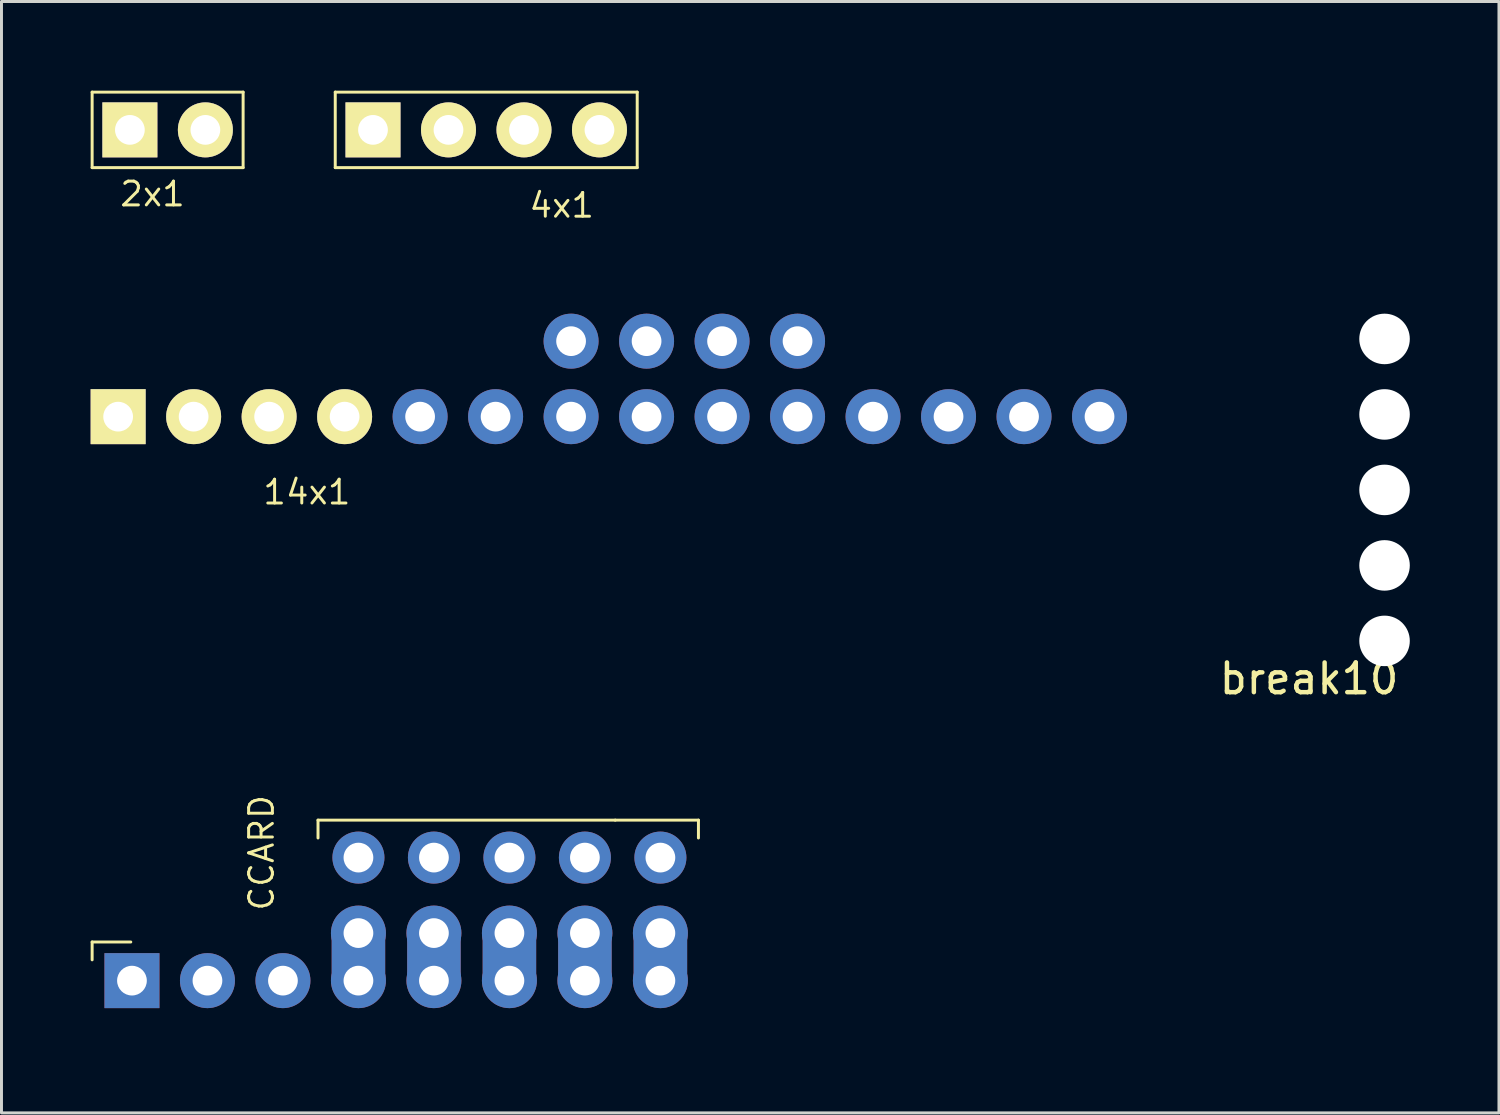
<source format=kicad_pcb>
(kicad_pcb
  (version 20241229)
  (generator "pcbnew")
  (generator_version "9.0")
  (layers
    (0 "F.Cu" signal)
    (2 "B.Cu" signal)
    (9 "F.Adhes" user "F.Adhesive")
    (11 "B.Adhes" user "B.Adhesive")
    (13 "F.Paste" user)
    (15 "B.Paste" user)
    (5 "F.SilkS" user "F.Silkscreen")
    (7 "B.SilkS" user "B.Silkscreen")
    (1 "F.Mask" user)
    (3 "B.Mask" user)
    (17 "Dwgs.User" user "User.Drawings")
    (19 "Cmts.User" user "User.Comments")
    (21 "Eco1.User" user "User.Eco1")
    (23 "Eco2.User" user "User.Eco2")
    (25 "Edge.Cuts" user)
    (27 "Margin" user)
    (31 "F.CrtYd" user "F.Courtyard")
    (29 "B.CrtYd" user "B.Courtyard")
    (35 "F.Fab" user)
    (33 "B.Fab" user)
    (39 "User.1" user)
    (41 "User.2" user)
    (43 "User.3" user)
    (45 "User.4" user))
  (footprint "14x1"
    (layer "F.Cu")
    (at 0.925 10.969)
    (property "Reference" "14x1" (at 6.35 2.54 0) (layer "F.SilkS") (effects (font (size 0.8 0.8) (thickness 0.1))))
    (attr through_hole)
    (pad "1" thru_hole rect (at 0 0) (size 1.85 1.85) (drill 1) (layers "*.Cu" "*.Mask" "F.SilkS"))
    (pad "2" thru_hole circle (at 2.54 0) (size 1.85 1.85) (drill 1) (layers "*.Cu" "*.Mask" "F.SilkS"))
    (pad "3" thru_hole circle (at 5.08 0) (size 1.85 1.85) (drill 1) (layers "*.Cu" "*.Mask" "F.SilkS"))
    (pad "4" thru_hole circle (at 7.62 0) (size 1.85 1.85) (drill 1) (layers "*.Cu" "*.Mask" "F.SilkS"))
    (pad "5" thru_hole circle (at 10.16 0) (size 1.85 1.85) (drill 1) (layers "*.Cu" "*.Mask"))
    (pad "6" thru_hole circle (at 12.7 0) (size 1.85 1.85) (drill 1) (layers "*.Cu" "*.Mask"))
    (pad "7" thru_hole circle (at 15.24 -2.54) (size 1.85 1.85) (drill 1) (layers "*.Cu" "*.Mask"))
    (pad "7" thru_hole circle (at 15.24 0) (size 1.85 1.85) (drill 1) (layers "*.Cu" "*.Mask"))
    (pad "8" thru_hole circle (at 17.78 -2.54) (size 1.85 1.85) (drill 1) (layers "*.Cu" "*.Mask"))
    (pad "8" thru_hole circle (at 17.78 0) (size 1.85 1.85) (drill 1) (layers "*.Cu" "*.Mask"))
    (pad "9" thru_hole circle (at 20.32 -2.54) (size 1.85 1.85) (drill 1) (layers "*.Cu" "*.Mask"))
    (pad "9" thru_hole circle (at 20.32 0) (size 1.85 1.85) (drill 1) (layers "*.Cu" "*.Mask"))
    (pad "10" thru_hole circle (at 22.86 -2.54) (size 1.85 1.85) (drill 1) (layers "*.Cu" "*.Mask"))
    (pad "10" thru_hole circle (at 22.86 0) (size 1.85 1.85) (drill 1) (layers "*.Cu" "*.Mask"))
    (pad "11" thru_hole circle (at 25.4 0) (size 1.85 1.85) (drill 1) (layers "*.Cu" "*.Mask"))
    (pad "12" thru_hole circle (at 27.94 0) (size 1.85 1.85) (drill 1) (layers "*.Cu" "*.Mask"))
    (pad "13" thru_hole circle (at 30.48 0) (size 1.85 1.85) (drill 1) (layers "*.Cu" "*.Mask"))
    (pad "14" thru_hole circle (at 33.02 0) (size 1.85 1.85) (drill 1) (layers "*.Cu" "*.Mask")))
  (footprint "CCARD"
    (layer "F.Cu")
    (at 11.55 31.145)
    (property "Reference" "CCARD" (at -5.8 -5.5 90) (layer "F.SilkS") (effects (font (size 0.8 0.8) (thickness 0.1))))
    (attr through_hole)
    (fp_line (start -11.5 -2.5) (end -11.5 -1.9) (stroke (width 0.1) (type solid)) (layer "F.SilkS"))
    (fp_line (start -10.2 -2.5) (end -11.5 -2.5) (stroke (width 0.1) (type solid)) (layer "F.SilkS"))
    (fp_line (start -3.9 -6.6) (end -3.9 -6) (stroke (width 0.1) (type solid)) (layer "F.SilkS"))
    (fp_line (start -3.9 -6.6) (end 6.1 -6.6) (stroke (width 0.1) (type solid)) (layer "F.SilkS"))
    (fp_line (start 6.1 -6.6) (end 8.9 -6.6) (stroke (width 0.1) (type solid)) (layer "F.SilkS"))
    (fp_line (start 8.9 -6.6) (end 8.9 -6) (stroke (width 0.1) (type solid)) (layer "F.SilkS"))
    (pad "1" thru_hole trapezoid (at -10.16 -1.2) (size 1.85 1.85) (drill 1) (layers "*.Cu" "*.Mask"))
    (pad "2" thru_hole circle (at -7.62 -1.2) (size 1.85 1.85) (drill 1) (layers "*.Cu" "*.Mask"))
    (pad "3" thru_hole circle (at -5.08 -1.2) (size 1.85 1.85) (drill 1) (layers "*.Cu" "*.Mask"))
    (pad "4" thru_hole circle (at -2.54 -2.8) (size 1.85 1.85) (drill 1) (layers "*.Cu" "*.Mask"))
    (pad "4" smd trapezoid (at -2.54 -2) (size 1.8 1.8) (layers "F.Cu" "F.Mask" "F.Paste"))
    (pad "4" smd trapezoid (at -2.54 -2) (size 1.8 1.8) (layers "B.Cu" "B.Mask" "B.Paste"))
    (pad "4" thru_hole circle (at -2.54 -1.2) (size 1.85 1.85) (drill 1) (layers "*.Cu" "*.Mask"))
    (pad "5" thru_hole circle (at 0 -2.8) (size 1.85 1.85) (drill 1) (layers "*.Cu" "*.Mask"))
    (pad "5" smd trapezoid (at 0 -2) (size 1.8 1.8) (layers "F.Cu" "F.Mask" "F.Paste"))
    (pad "5" smd trapezoid (at 0 -2) (size 1.8 1.8) (layers "B.Cu" "B.Mask" "B.Paste"))
    (pad "5" thru_hole circle (at 0 -1.2) (size 1.85 1.85) (drill 1) (layers "*.Cu" "*.Mask"))
    (pad "6" thru_hole circle (at 2.54 -2.8) (size 1.85 1.85) (drill 1) (layers "*.Cu" "*.Mask"))
    (pad "6" smd trapezoid (at 2.54 -2) (size 1.8 1.8) (layers "F.Cu" "F.Mask" "F.Paste"))
    (pad "6" smd trapezoid (at 2.54 -2) (size 1.8 1.8) (layers "B.Cu" "B.Mask" "B.Paste"))
    (pad "6" thru_hole circle (at 2.54 -1.2) (size 1.85 1.85) (drill 1) (layers "*.Cu" "*.Mask"))
    (pad "7" thru_hole circle (at 5.08 -2.8) (size 1.85 1.85) (drill 1) (layers "*.Cu" "*.Mask"))
    (pad "7" smd trapezoid (at 5.08 -2) (size 1.8 1.8) (layers "F.Cu" "F.Mask" "F.Paste"))
    (pad "7" smd trapezoid (at 5.08 -2) (size 1.8 1.8) (layers "B.Cu" "B.Mask" "B.Paste"))
    (pad "7" thru_hole circle (at 5.08 -1.2) (size 1.85 1.85) (drill 1) (layers "*.Cu" "*.Mask"))
    (pad "8" thru_hole circle (at 7.62 -2.8) (size 1.85 1.85) (drill 1) (layers "*.Cu" "*.Mask"))
    (pad "8" smd trapezoid (at 7.62 -2) (size 1.8 1.8) (layers "F.Cu" "F.Mask" "F.Paste"))
    (pad "8" smd trapezoid (at 7.62 -2) (size 1.8 1.8) (layers "B.Cu" "B.Mask" "B.Paste"))
    (pad "8" thru_hole circle (at 7.62 -1.2) (size 1.85 1.85) (drill 1) (layers "*.Cu" "*.Mask"))
    (pad "9" thru_hole circle (at 7.62 -5.34) (size 1.75 1.75) (drill 1) (layers "*.Cu" "*.Mask"))
    (pad "10" thru_hole circle (at 5.08 -5.34) (size 1.75 1.75) (drill 1) (layers "*.Cu" "*.Mask"))
    (pad "11" thru_hole circle (at 2.54 -5.34) (size 1.75 1.75) (drill 1) (layers "*.Cu" "*.Mask"))
    (pad "12" thru_hole circle (at 0 -5.34) (size 1.75 1.75) (drill 1) (layers "*.Cu" "*.Mask"))
    (pad "13" thru_hole circle (at -2.54 -5.34) (size 1.75 1.75) (drill 1) (layers "*.Cu" "*.Mask")))
  (footprint "break10"
    (layer "F.Cu")
    (at 43.535 18.514)
    (property "Reference" "break10" (at -2.54 1.27 0) (layer "F.SilkS") (effects (font (size 1 1) (thickness 0.15))))
    (attr through_hole)
    (pad "" np_thru_hole circle (at 0 -10.16) (size 1.7 1.7) (drill 1.7) (layers "*.Cu" "*.Mask"))
    (pad "" np_thru_hole circle (at 0 -7.62) (size 1.7 1.7) (drill 1.7) (layers "*.Cu" "*.Mask"))
    (pad "" np_thru_hole circle (at 0 -5.08) (size 1.7 1.7) (drill 1.7) (layers "*.Cu" "*.Mask"))
    (pad "" np_thru_hole circle (at 0 -2.54) (size 1.7 1.7) (drill 1.7) (layers "*.Cu" "*.Mask"))
    (pad "" np_thru_hole circle (at 0 0) (size 1.7 1.7) (drill 1.7) (layers "*.Cu" "*.Mask")))
  (footprint "2x1"
    (layer "F.Cu")
    (at 1.32 1.32)
    (property "Reference" "2x1" (at 0.762 2.159 0) (layer "F.SilkS") (effects (font (size 0.8 0.8) (thickness 0.1))))
    (attr through_hole)
    (fp_line (start -1.27 -1.27) (end -1.27 1.27) (stroke (width 0.1) (type solid)) (layer "F.SilkS"))
    (fp_line (start 3.81 -1.27) (end -1.27 -1.27) (stroke (width 0.1) (type solid)) (layer "F.SilkS"))
    (fp_line (start 3.81 -1.27) (end 3.81 1.27) (stroke (width 0.1) (type solid)) (layer "F.SilkS"))
    (fp_line (start 3.81 1.27) (end -1.27 1.27) (stroke (width 0.1) (type solid)) (layer "F.SilkS"))
    (pad "1" thru_hole rect (at 0 0) (size 1.85 1.85) (drill 1) (layers "*.Cu" "*.Mask" "F.SilkS"))
    (pad "2" thru_hole circle (at 2.54 0) (size 1.85 1.85) (drill 1) (layers "*.Cu" "*.Mask" "F.SilkS")))
  (footprint "4x1"
    (layer "F.Cu")
    (at 9.5 1.32)
    (property "Reference" "4x1" (at 6.35 2.54 0) (layer "F.SilkS") (effects (font (size 0.8 0.8) (thickness 0.1))))
    (attr through_hole)
    (fp_line (start -1.27 -1.27) (end -1.27 1.27) (stroke (width 0.1) (type solid)) (layer "F.SilkS"))
    (fp_line (start -1.27 1.27) (end 8.89 1.27) (stroke (width 0.1) (type solid)) (layer "F.SilkS"))
    (fp_line (start 8.89 -1.27) (end -1.27 -1.27) (stroke (width 0.1) (type solid)) (layer "F.SilkS"))
    (fp_line (start 8.89 1.27) (end 8.89 -1.27) (stroke (width 0.1) (type solid)) (layer "F.SilkS"))
    (pad "1" thru_hole rect (at 0 0) (size 1.85 1.85) (drill 1) (layers "*.Cu" "*.Mask" "F.SilkS"))
    (pad "2" thru_hole circle (at 2.54 0) (size 1.85 1.85) (drill 1) (layers "*.Cu" "*.Mask" "F.SilkS"))
    (pad "3" thru_hole circle (at 5.08 0) (size 1.85 1.85) (drill 1) (layers "*.Cu" "*.Mask" "F.SilkS"))
    (pad "4" thru_hole circle (at 7.62 0) (size 1.85 1.85) (drill 1) (layers "*.Cu" "*.Mask" "F.SilkS")))
  (gr_rect
    (start -3 -3)
    (end 47.385 34.395)
    (stroke (width 0.1) (type default))
    (fill no)
    (layer "Edge.Cuts")))
</source>
